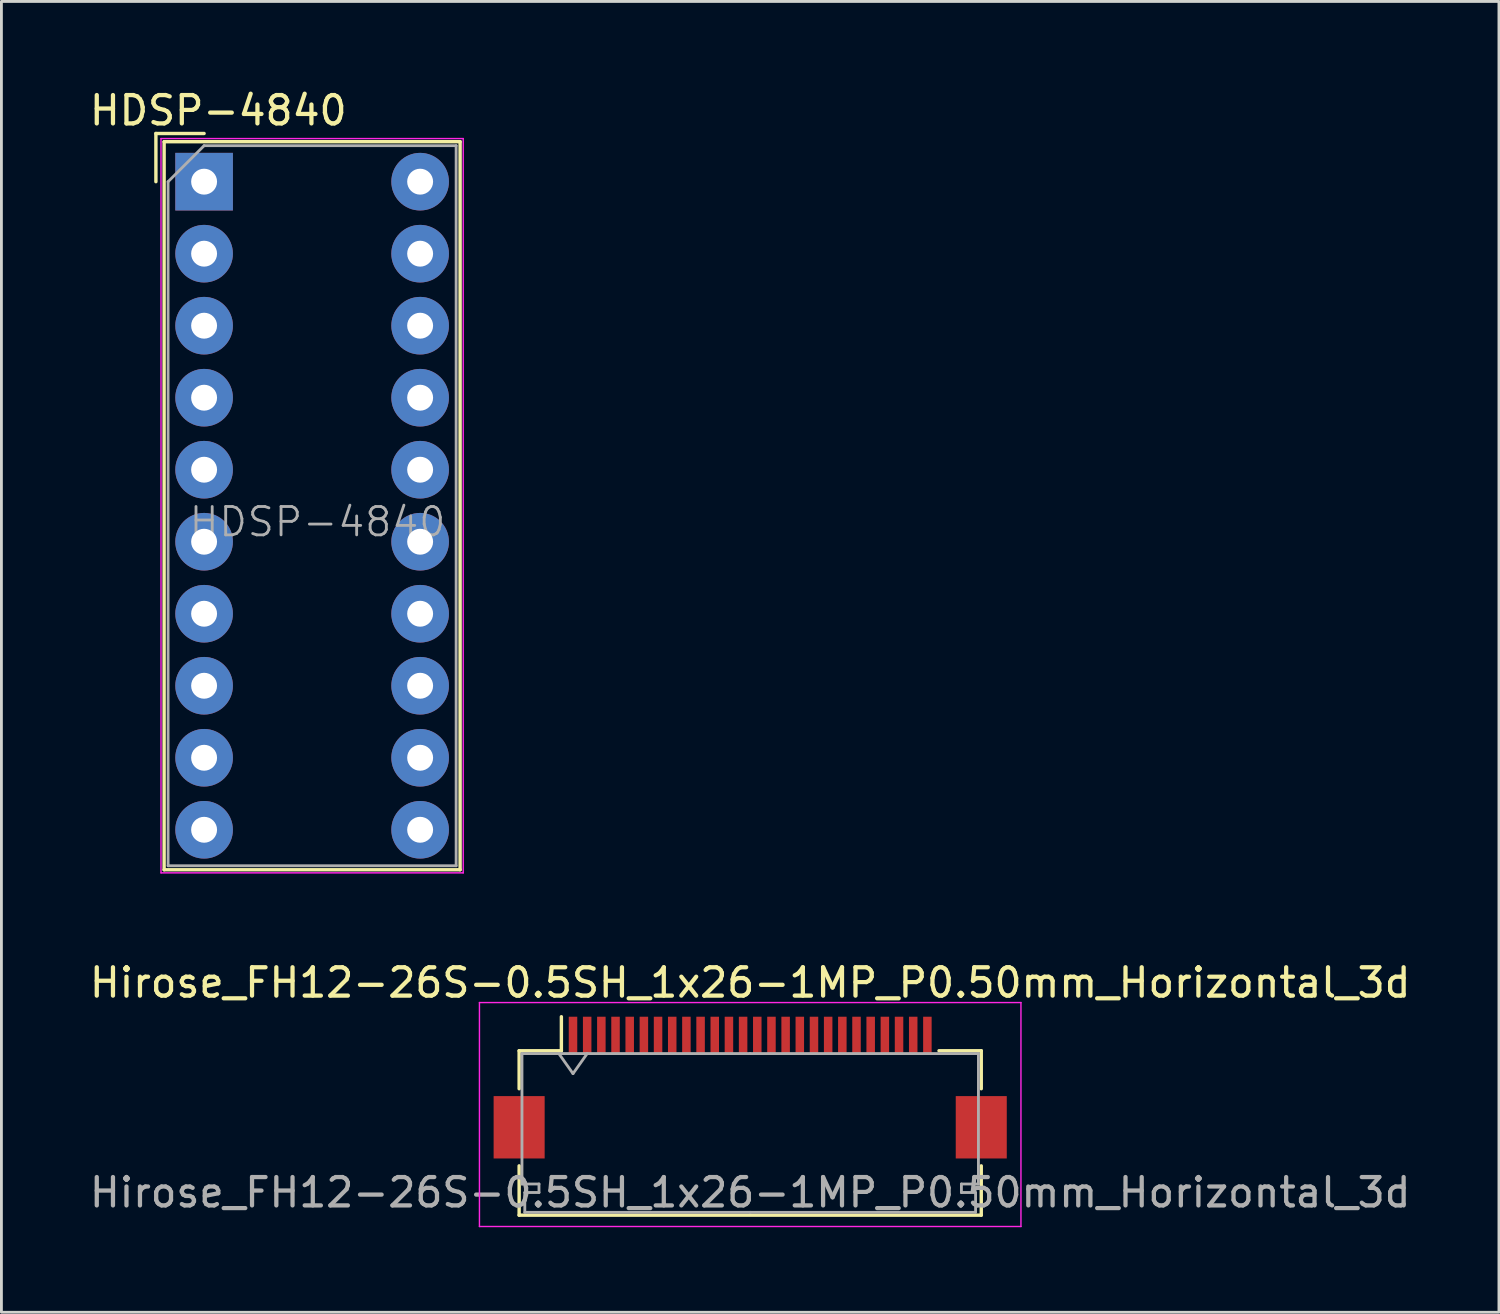
<source format=kicad_pcb>
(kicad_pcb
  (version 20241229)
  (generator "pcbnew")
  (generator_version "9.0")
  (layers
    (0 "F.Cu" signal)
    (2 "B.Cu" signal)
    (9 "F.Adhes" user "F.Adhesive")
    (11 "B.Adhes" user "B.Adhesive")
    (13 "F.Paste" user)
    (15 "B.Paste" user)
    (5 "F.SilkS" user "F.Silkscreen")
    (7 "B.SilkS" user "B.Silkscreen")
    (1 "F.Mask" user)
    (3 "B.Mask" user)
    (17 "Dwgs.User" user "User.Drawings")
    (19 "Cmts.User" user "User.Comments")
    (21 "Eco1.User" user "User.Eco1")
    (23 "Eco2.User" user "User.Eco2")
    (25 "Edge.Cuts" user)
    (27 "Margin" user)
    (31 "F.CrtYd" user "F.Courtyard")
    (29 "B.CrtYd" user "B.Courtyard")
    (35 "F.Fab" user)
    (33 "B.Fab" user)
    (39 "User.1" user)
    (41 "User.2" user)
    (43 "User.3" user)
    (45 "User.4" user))
  (footprint "Hirose_FH12-26S-0.5SH_1x26-1MP_P0.50mm_Horizontal_3d"
    (layer "F.Cu")
    (at 23.411 35.312)
    (property "Reference" "Hirose_FH12-26S-0.5SH_1x26-1MP_P0.50mm_Horizontal_3d" (at 0 -3.7 0) (layer "F.SilkS") (effects (font (size 1 1) (thickness 0.15))))
    (attr smd)
    (fp_line (start -8.15 -1.3) (end -8.15 0.04) (stroke (width 0.12) (type solid)) (layer "F.SilkS"))
    (fp_line (start -8.15 2.76) (end -8.15 4.5) (stroke (width 0.12) (type solid)) (layer "F.SilkS"))
    (fp_line (start -8.15 4.5) (end 8.15 4.5) (stroke (width 0.12) (type solid)) (layer "F.SilkS"))
    (fp_line (start -6.66 -1.3) (end -8.15 -1.3) (stroke (width 0.12) (type solid)) (layer "F.SilkS"))
    (fp_line (start -6.66 -1.3) (end -6.66 -2.5) (stroke (width 0.12) (type solid)) (layer "F.SilkS"))
    (fp_line (start 6.66 -1.3) (end 8.15 -1.3) (stroke (width 0.12) (type solid)) (layer "F.SilkS"))
    (fp_line (start 8.15 -1.3) (end 8.15 0.04) (stroke (width 0.12) (type solid)) (layer "F.SilkS"))
    (fp_line (start 8.15 4.5) (end 8.15 2.76) (stroke (width 0.12) (type solid)) (layer "F.SilkS"))
    (fp_line (start -9.55 -3) (end -9.55 4.9) (stroke (width 0.05) (type solid)) (layer "F.CrtYd"))
    (fp_line (start -9.55 4.9) (end 9.55 4.9) (stroke (width 0.05) (type solid)) (layer "F.CrtYd"))
    (fp_line (start 9.55 -3) (end -9.55 -3) (stroke (width 0.05) (type solid)) (layer "F.CrtYd"))
    (fp_line (start 9.55 4.9) (end 9.55 -3) (stroke (width 0.05) (type solid)) (layer "F.CrtYd"))
    (fp_line (start -8.05 -1.2) (end -8.05 3.4) (stroke (width 0.1) (type solid)) (layer "F.Fab"))
    (fp_line (start -8.05 3.4) (end -7.45 3.4) (stroke (width 0.1) (type solid)) (layer "F.Fab"))
    (fp_line (start -7.95 3.7) (end -7.95 4.4) (stroke (width 0.1) (type solid)) (layer "F.Fab"))
    (fp_line (start -7.95 4.4) (end 0 4.4) (stroke (width 0.1) (type solid)) (layer "F.Fab"))
    (fp_line (start -7.45 3.4) (end -7.45 3.7) (stroke (width 0.1) (type solid)) (layer "F.Fab"))
    (fp_line (start -7.45 3.7) (end -7.95 3.7) (stroke (width 0.1) (type solid)) (layer "F.Fab"))
    (fp_line (start -6.75 -1.2) (end -6.25 -0.493) (stroke (width 0.1) (type solid)) (layer "F.Fab"))
    (fp_line (start -6.25 -0.493) (end -5.75 -1.2) (stroke (width 0.1) (type solid)) (layer "F.Fab"))
    (fp_line (start 0 -1.2) (end -8.05 -1.2) (stroke (width 0.1) (type solid)) (layer "F.Fab"))
    (fp_line (start 0 -1.2) (end 8.05 -1.2) (stroke (width 0.1) (type solid)) (layer "F.Fab"))
    (fp_line (start 7.45 3.4) (end 7.45 3.7) (stroke (width 0.1) (type solid)) (layer "F.Fab"))
    (fp_line (start 7.45 3.7) (end 7.95 3.7) (stroke (width 0.1) (type solid)) (layer "F.Fab"))
    (fp_line (start 7.95 3.7) (end 7.95 4.4) (stroke (width 0.1) (type solid)) (layer "F.Fab"))
    (fp_line (start 7.95 4.4) (end 0 4.4) (stroke (width 0.1) (type solid)) (layer "F.Fab"))
    (fp_line (start 8.05 -1.2) (end 8.05 3.4) (stroke (width 0.1) (type solid)) (layer "F.Fab"))
    (fp_line (start 8.05 3.4) (end 7.45 3.4) (stroke (width 0.1) (type solid)) (layer "F.Fab"))
    (fp_text user "${REFERENCE}" (at 0 3.7 0) (layer "F.Fab") (effects (font (size 1 1) (thickness 0.15))))
    (pad "1" smd rect (at -6.25 -1.85) (size 0.3 1.3) (layers "F.Cu" "F.Mask" "F.Paste"))
    (pad "2" smd rect (at -5.75 -1.85) (size 0.3 1.3) (layers "F.Cu" "F.Mask" "F.Paste"))
    (pad "3" smd rect (at -5.25 -1.85) (size 0.3 1.3) (layers "F.Cu" "F.Mask" "F.Paste"))
    (pad "4" smd rect (at -4.75 -1.85) (size 0.3 1.3) (layers "F.Cu" "F.Mask" "F.Paste"))
    (pad "5" smd rect (at -4.25 -1.85) (size 0.3 1.3) (layers "F.Cu" "F.Mask" "F.Paste"))
    (pad "6" smd rect (at -3.75 -1.85) (size 0.3 1.3) (layers "F.Cu" "F.Mask" "F.Paste"))
    (pad "7" smd rect (at -3.25 -1.85) (size 0.3 1.3) (layers "F.Cu" "F.Mask" "F.Paste"))
    (pad "8" smd rect (at -2.75 -1.85) (size 0.3 1.3) (layers "F.Cu" "F.Mask" "F.Paste"))
    (pad "9" smd rect (at -2.25 -1.85) (size 0.3 1.3) (layers "F.Cu" "F.Mask" "F.Paste"))
    (pad "10" smd rect (at -1.75 -1.85) (size 0.3 1.3) (layers "F.Cu" "F.Mask" "F.Paste"))
    (pad "11" smd rect (at -1.25 -1.85) (size 0.3 1.3) (layers "F.Cu" "F.Mask" "F.Paste"))
    (pad "12" smd rect (at -0.75 -1.85) (size 0.3 1.3) (layers "F.Cu" "F.Mask" "F.Paste"))
    (pad "13" smd rect (at -0.25 -1.85) (size 0.3 1.3) (layers "F.Cu" "F.Mask" "F.Paste"))
    (pad "14" smd rect (at 0.25 -1.85) (size 0.3 1.3) (layers "F.Cu" "F.Mask" "F.Paste"))
    (pad "15" smd rect (at 0.75 -1.85) (size 0.3 1.3) (layers "F.Cu" "F.Mask" "F.Paste"))
    (pad "16" smd rect (at 1.25 -1.85) (size 0.3 1.3) (layers "F.Cu" "F.Mask" "F.Paste"))
    (pad "17" smd rect (at 1.75 -1.85) (size 0.3 1.3) (layers "F.Cu" "F.Mask" "F.Paste"))
    (pad "18" smd rect (at 2.25 -1.85) (size 0.3 1.3) (layers "F.Cu" "F.Mask" "F.Paste"))
    (pad "19" smd rect (at 2.75 -1.85) (size 0.3 1.3) (layers "F.Cu" "F.Mask" "F.Paste"))
    (pad "20" smd rect (at 3.25 -1.85) (size 0.3 1.3) (layers "F.Cu" "F.Mask" "F.Paste"))
    (pad "21" smd rect (at 3.75 -1.85) (size 0.3 1.3) (layers "F.Cu" "F.Mask" "F.Paste"))
    (pad "22" smd rect (at 4.25 -1.85) (size 0.3 1.3) (layers "F.Cu" "F.Mask" "F.Paste"))
    (pad "23" smd rect (at 4.75 -1.85) (size 0.3 1.3) (layers "F.Cu" "F.Mask" "F.Paste"))
    (pad "24" smd rect (at 5.25 -1.85) (size 0.3 1.3) (layers "F.Cu" "F.Mask" "F.Paste"))
    (pad "25" smd rect (at 5.75 -1.85) (size 0.3 1.3) (layers "F.Cu" "F.Mask" "F.Paste"))
    (pad "26" smd rect (at 6.25 -1.85) (size 0.3 1.3) (layers "F.Cu" "F.Mask" "F.Paste"))
    (pad "MP" smd rect (at -8.15 1.4) (size 1.8 2.2) (layers "F.Cu" "F.Mask" "F.Paste"))
    (pad "MP" smd rect (at 8.15 1.4) (size 1.8 2.2) (layers "F.Cu" "F.Mask" "F.Paste")))
  (footprint "HDSP-4840"
    (layer "F.Cu")
    (at 4.149 3.358)
    (property "Reference" "HDSP-4840" (at 0.5 -2.51 0) (layer "F.SilkS") (effects (font (size 1 1) (thickness 0.15))))
    (attr through_hole)
    (fp_line (start -1.7 -1.7) (end -1.7 0) (stroke (width 0.12) (type solid)) (layer "F.SilkS"))
    (fp_line (start -1.41 -1.41) (end 9.03 -1.41) (stroke (width 0.12) (type solid)) (layer "F.SilkS"))
    (fp_line (start -1.41 24.27) (end -1.41 -1.41) (stroke (width 0.12) (type solid)) (layer "F.SilkS"))
    (fp_line (start 0 -1.7) (end -1.7 -1.7) (stroke (width 0.12) (type solid)) (layer "F.SilkS"))
    (fp_line (start 9.03 -1.41) (end 9.03 24.27) (stroke (width 0.12) (type solid)) (layer "F.SilkS"))
    (fp_line (start 9.03 24.27) (end -1.41 24.27) (stroke (width 0.12) (type solid)) (layer "F.SilkS"))
    (fp_line (start -1.52 -1.52) (end -1.52 24.38) (stroke (width 0.05) (type solid)) (layer "F.CrtYd"))
    (fp_line (start -1.52 -1.52) (end 9.14 -1.52) (stroke (width 0.05) (type solid)) (layer "F.CrtYd"))
    (fp_line (start -1.52 24.38) (end 9.14 24.38) (stroke (width 0.05) (type solid)) (layer "F.CrtYd"))
    (fp_line (start 9.14 24.38) (end 9.14 -1.52) (stroke (width 0.05) (type solid)) (layer "F.CrtYd"))
    (fp_line (start -1.27 0) (end -1.27 24.13) (stroke (width 0.1) (type solid)) (layer "F.Fab"))
    (fp_line (start -1.27 24.13) (end 8.89 24.13) (stroke (width 0.1) (type solid)) (layer "F.Fab"))
    (fp_line (start 0 -1.27) (end -1.27 0) (stroke (width 0.1) (type solid)) (layer "F.Fab"))
    (fp_line (start 0 -1.27) (end 8.89 -1.27) (stroke (width 0.1) (type solid)) (layer "F.Fab"))
    (fp_line (start 8.89 -1.27) (end 8.89 24.13) (stroke (width 0.1) (type solid)) (layer "F.Fab"))
    (fp_text user "${REFERENCE}" (at 4 12 0) (layer "F.Fab") (effects (font (size 1 1) (thickness 0.1))))
    (pad "1" thru_hole rect (at 0 0 270) (size 2.032 2.032) (drill 0.914) (layers "*.Cu" "*.Mask"))
    (pad "2" thru_hole circle (at 0 2.54 270) (size 2.032 2.032) (drill 0.914) (layers "*.Cu" "*.Mask"))
    (pad "3" thru_hole circle (at 0 5.08 270) (size 2.032 2.032) (drill 0.914) (layers "*.Cu" "*.Mask"))
    (pad "4" thru_hole circle (at 0 7.62 270) (size 2.032 2.032) (drill 0.914) (layers "*.Cu" "*.Mask"))
    (pad "5" thru_hole circle (at 0 10.16 270) (size 2.032 2.032) (drill 0.914) (layers "*.Cu" "*.Mask"))
    (pad "6" thru_hole circle (at 0 12.7 270) (size 2.032 2.032) (drill 0.914) (layers "*.Cu" "*.Mask"))
    (pad "7" thru_hole circle (at 0 15.24 270) (size 2.032 2.032) (drill 0.914) (layers "*.Cu" "*.Mask"))
    (pad "8" thru_hole circle (at 0 17.78 270) (size 2.032 2.032) (drill 0.914) (layers "*.Cu" "*.Mask"))
    (pad "9" thru_hole circle (at 0 20.32 270) (size 2.032 2.032) (drill 0.914) (layers "*.Cu" "*.Mask"))
    (pad "10" thru_hole circle (at 0 22.86 270) (size 2.032 2.032) (drill 0.914) (layers "*.Cu" "*.Mask"))
    (pad "11" thru_hole circle (at 7.62 22.86 270) (size 2.032 2.032) (drill 0.914) (layers "*.Cu" "*.Mask"))
    (pad "12" thru_hole circle (at 7.62 20.32 270) (size 2.032 2.032) (drill 0.914) (layers "*.Cu" "*.Mask"))
    (pad "13" thru_hole circle (at 7.62 17.78 270) (size 2.032 2.032) (drill 0.914) (layers "*.Cu" "*.Mask"))
    (pad "14" thru_hole circle (at 7.62 15.24 270) (size 2.032 2.032) (drill 0.914) (layers "*.Cu" "*.Mask"))
    (pad "15" thru_hole circle (at 7.62 12.7 270) (size 2.032 2.032) (drill 0.914) (layers "*.Cu" "*.Mask"))
    (pad "16" thru_hole circle (at 7.62 10.16 270) (size 2.032 2.032) (drill 0.914) (layers "*.Cu" "*.Mask"))
    (pad "17" thru_hole circle (at 7.62 7.62 270) (size 2.032 2.032) (drill 0.914) (layers "*.Cu" "*.Mask"))
    (pad "18" thru_hole circle (at 7.62 5.08 270) (size 2.032 2.032) (drill 0.914) (layers "*.Cu" "*.Mask"))
    (pad "19" thru_hole circle (at 7.62 2.54 270) (size 2.032 2.032) (drill 0.914) (layers "*.Cu" "*.Mask"))
    (pad "20" thru_hole circle (at 7.62 0 270) (size 2.032 2.032) (drill 0.914) (layers "*.Cu" "*.Mask")))
  (gr_rect
    (start -3 -3)
    (end 49.821 43.236)
    (stroke (width 0.1) (type default))
    (fill no)
    (layer "Edge.Cuts")))
</source>
